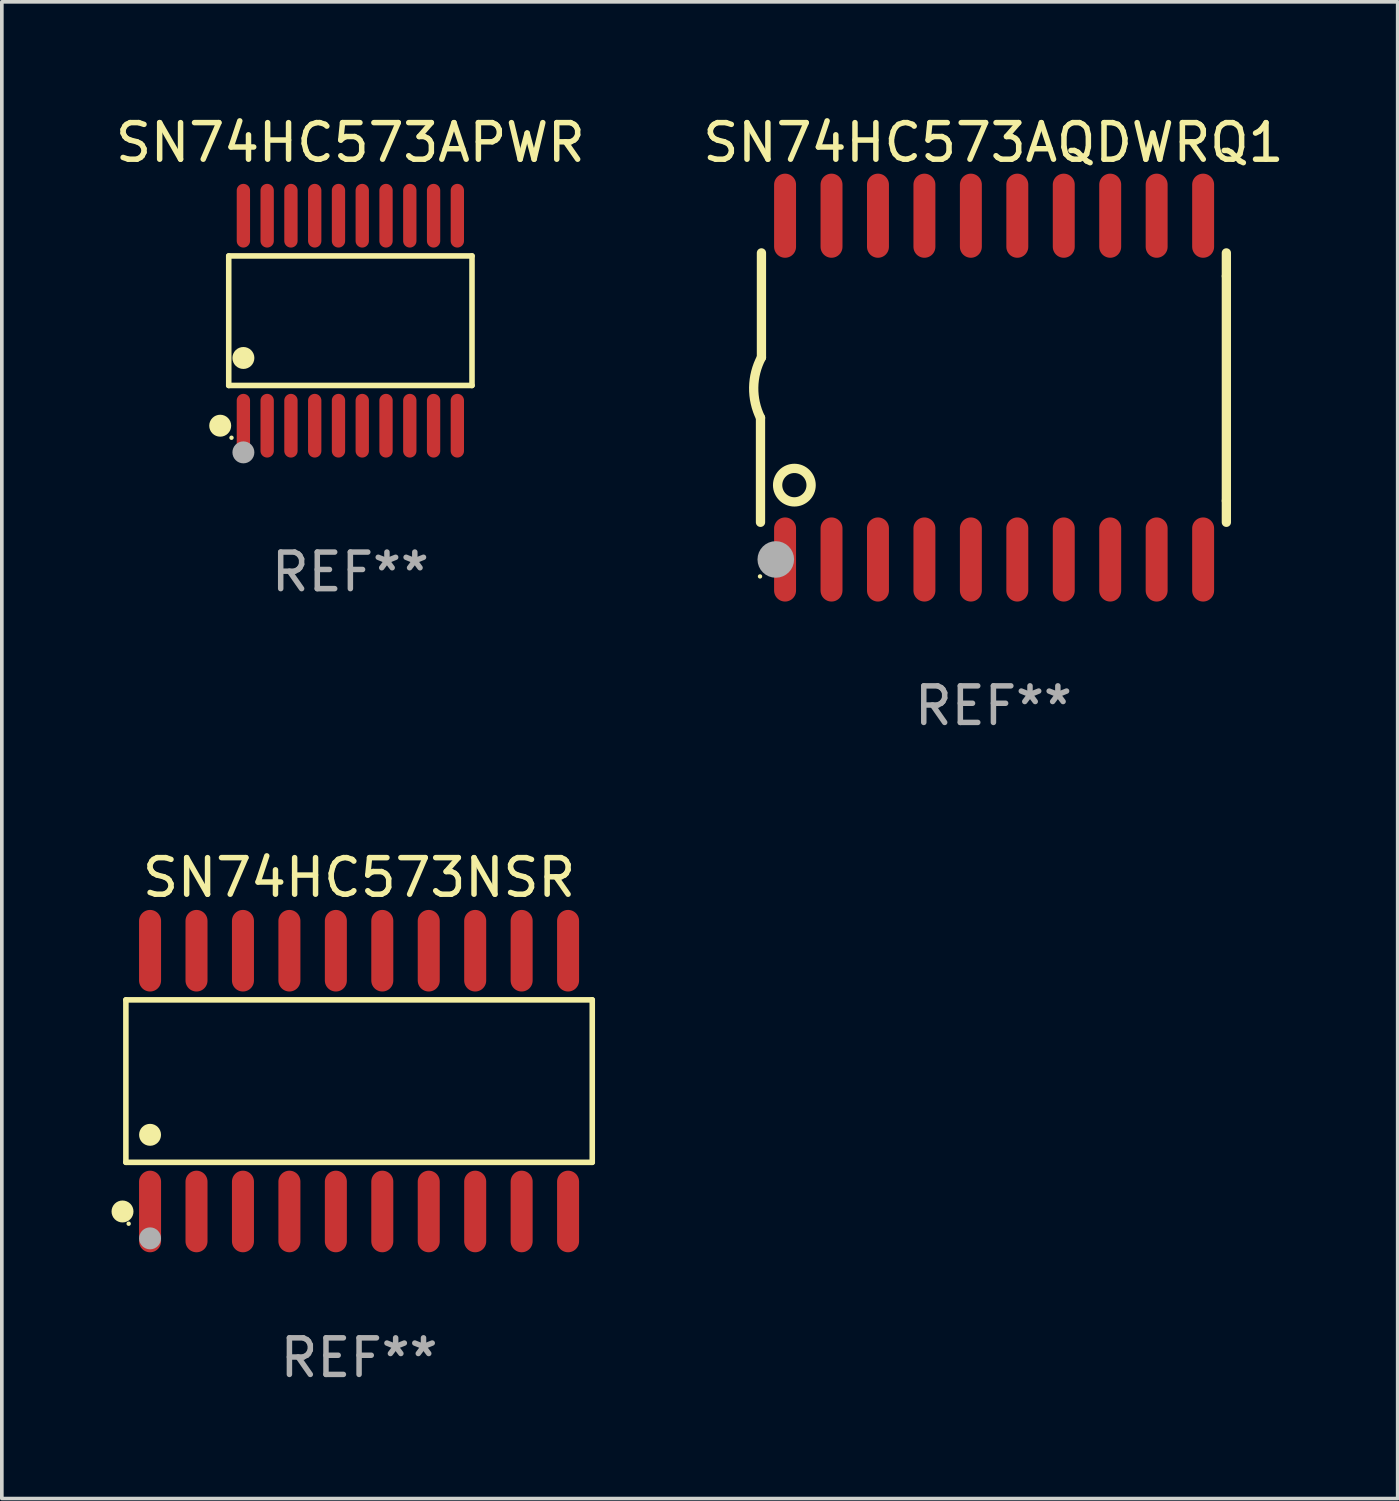
<source format=kicad_pcb>
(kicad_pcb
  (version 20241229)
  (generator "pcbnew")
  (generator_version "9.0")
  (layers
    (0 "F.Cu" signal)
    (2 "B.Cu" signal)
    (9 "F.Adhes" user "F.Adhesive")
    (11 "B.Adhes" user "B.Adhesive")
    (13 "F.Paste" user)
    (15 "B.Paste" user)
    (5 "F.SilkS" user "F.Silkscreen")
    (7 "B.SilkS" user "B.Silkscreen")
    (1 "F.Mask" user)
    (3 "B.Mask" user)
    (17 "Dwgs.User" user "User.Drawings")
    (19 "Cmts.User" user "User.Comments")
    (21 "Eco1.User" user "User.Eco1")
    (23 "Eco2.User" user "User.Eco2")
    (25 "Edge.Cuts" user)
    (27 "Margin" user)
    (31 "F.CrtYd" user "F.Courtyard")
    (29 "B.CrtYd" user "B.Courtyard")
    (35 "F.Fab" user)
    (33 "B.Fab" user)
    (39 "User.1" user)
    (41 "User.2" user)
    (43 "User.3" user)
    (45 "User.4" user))
  (footprint "SN74HC573AQDWRQ1"
    (layer "F.Cu")
    (at 24.113 7.548)
    (property "Reference" "SN74HC573AQDWRQ1" (at 0 -6.7 0) (layer "F.SilkS") (effects (font (size 1 1) (thickness 0.15))))
    (attr through_hole)
    (fp_line (start -6.369 0.826) (end -6.369 3.683) (stroke (width 0.254) (type solid)) (layer "F.SilkS"))
    (fp_line (start -6.343 -0.825) (end -6.343 -3.683) (stroke (width 0.254) (type solid)) (layer "F.SilkS"))
    (fp_line (start 6.369 -3.048) (end 6.369 -3.683) (stroke (width 0.254) (type solid)) (layer "F.SilkS"))
    (fp_line (start 6.369 -3.048) (end 6.369 3.096) (stroke (width 0.254) (type solid)) (layer "F.SilkS"))
    (fp_line (start 6.369 3.096) (end 6.369 3.683) (stroke (width 0.254) (type solid)) (layer "F.SilkS"))
    (fp_arc (start -6.36853 0.825552) (mid -6.554743 -0.00301) (end -6.343129 -0.825451) (stroke (width 0.254001) (type solid)) (layer "F.SilkS"))
    (fp_circle (center -6.382 5.163) (end -6.352 5.163) (stroke (width 0.06) (type solid)) (fill no) (layer "F.SilkS"))
    (fp_circle (center -5.443 2.667) (end -4.985 2.667) (stroke (width 0.254) (type solid)) (fill no) (layer "F.SilkS"))
    (fp_circle (center -5.951 4.699) (end -5.701 4.699) (stroke (width 0.5) (type solid)) (fill no) (layer "F.Fab"))
    (fp_text user "REF**" (at 0 8.7 0) (layer "F.Fab") (effects (font (size 1 1) (thickness 0.15))))
    (pad "1" smd oval (at -5.697 4.7 180) (size 0.6 2.3) (layers "F.Cu" "F.Mask" "F.Paste"))
    (pad "2" smd oval (at -4.427 4.7 180) (size 0.6 2.3) (layers "F.Cu" "F.Mask" "F.Paste"))
    (pad "3" smd oval (at -3.157 4.7 180) (size 0.6 2.3) (layers "F.Cu" "F.Mask" "F.Paste"))
    (pad "4" smd oval (at -1.887 4.7 180) (size 0.6 2.3) (layers "F.Cu" "F.Mask" "F.Paste"))
    (pad "5" smd oval (at -0.617 4.7 180) (size 0.6 2.3) (layers "F.Cu" "F.Mask" "F.Paste"))
    (pad "6" smd oval (at 0.653 4.7 180) (size 0.6 2.3) (layers "F.Cu" "F.Mask" "F.Paste"))
    (pad "7" smd oval (at 1.923 4.7 180) (size 0.6 2.3) (layers "F.Cu" "F.Mask" "F.Paste"))
    (pad "8" smd oval (at 3.193 4.7 180) (size 0.6 2.3) (layers "F.Cu" "F.Mask" "F.Paste"))
    (pad "9" smd oval (at 4.463 4.7 180) (size 0.6 2.3) (layers "F.Cu" "F.Mask" "F.Paste"))
    (pad "10" smd oval (at 5.734 4.7 180) (size 0.6 2.3) (layers "F.Cu" "F.Mask" "F.Paste"))
    (pad "11" smd oval (at 5.734 -4.7 180) (size 0.6 2.3) (layers "F.Cu" "F.Mask" "F.Paste"))
    (pad "12" smd oval (at 4.463 -4.7 180) (size 0.6 2.3) (layers "F.Cu" "F.Mask" "F.Paste"))
    (pad "13" smd oval (at 3.193 -4.7 180) (size 0.6 2.3) (layers "F.Cu" "F.Mask" "F.Paste"))
    (pad "14" smd oval (at 1.923 -4.7 180) (size 0.6 2.3) (layers "F.Cu" "F.Mask" "F.Paste"))
    (pad "15" smd oval (at 0.653 -4.7 180) (size 0.6 2.3) (layers "F.Cu" "F.Mask" "F.Paste"))
    (pad "16" smd oval (at -0.617 -4.7 180) (size 0.6 2.3) (layers "F.Cu" "F.Mask" "F.Paste"))
    (pad "17" smd oval (at -1.887 -4.7 180) (size 0.6 2.3) (layers "F.Cu" "F.Mask" "F.Paste"))
    (pad "18" smd oval (at -3.157 -4.7 180) (size 0.6 2.3) (layers "F.Cu" "F.Mask" "F.Paste"))
    (pad "19" smd oval (at -4.427 -4.7 180) (size 0.6 2.3) (layers "F.Cu" "F.Mask" "F.Paste"))
    (pad "20" smd oval (at -5.697 -4.7 180) (size 0.6 2.3) (layers "F.Cu" "F.Mask" "F.Paste")))
  (footprint "SN74HC573NSR"
    (layer "F.Cu")
    (at 6.768 26.51)
    (property "Reference" "SN74HC573NSR" (at 0 -5.565 0) (layer "F.SilkS") (effects (font (size 1 1) (thickness 0.15))))
    (attr through_hole)
    (fp_line (start -6.376 -2.221) (end 6.376 -2.221) (stroke (width 0.152) (type solid)) (layer "F.SilkS"))
    (fp_line (start -6.376 2.221) (end -6.376 -2.221) (stroke (width 0.152) (type solid)) (layer "F.SilkS"))
    (fp_line (start 6.376 -2.221) (end 6.376 2.221) (stroke (width 0.152) (type solid)) (layer "F.SilkS"))
    (fp_line (start 6.376 2.221) (end -6.376 2.221) (stroke (width 0.152) (type solid)) (layer "F.SilkS"))
    (fp_circle (center -6.468 3.565) (end -6.318 3.565) (stroke (width 0.3) (type solid)) (fill no) (layer "F.SilkS"))
    (fp_circle (center -6.3 3.9) (end -6.27 3.9) (stroke (width 0.06) (type solid)) (fill no) (layer "F.SilkS"))
    (fp_circle (center -5.715 1.469) (end -5.565 1.469) (stroke (width 0.3) (type solid)) (fill no) (layer "F.SilkS"))
    (fp_circle (center -5.715 4.3) (end -5.565 4.3) (stroke (width 0.3) (type solid)) (fill no) (layer "F.Fab"))
    (fp_text user "REF**" (at 0 7.565 0) (layer "F.Fab") (effects (font (size 1 1) (thickness 0.15))))
    (pad "1" smd oval (at -5.715 3.565) (size 0.602 2.231) (layers "F.Cu" "F.Mask" "F.Paste"))
    (pad "2" smd oval (at -4.445 3.565) (size 0.602 2.231) (layers "F.Cu" "F.Mask" "F.Paste"))
    (pad "3" smd oval (at -3.175 3.565) (size 0.602 2.231) (layers "F.Cu" "F.Mask" "F.Paste"))
    (pad "4" smd oval (at -1.905 3.565) (size 0.602 2.231) (layers "F.Cu" "F.Mask" "F.Paste"))
    (pad "5" smd oval (at -0.635 3.565) (size 0.602 2.231) (layers "F.Cu" "F.Mask" "F.Paste"))
    (pad "6" smd oval (at 0.635 3.565) (size 0.602 2.231) (layers "F.Cu" "F.Mask" "F.Paste"))
    (pad "7" smd oval (at 1.905 3.565) (size 0.602 2.231) (layers "F.Cu" "F.Mask" "F.Paste"))
    (pad "8" smd oval (at 3.175 3.565) (size 0.602 2.231) (layers "F.Cu" "F.Mask" "F.Paste"))
    (pad "9" smd oval (at 4.445 3.565) (size 0.602 2.231) (layers "F.Cu" "F.Mask" "F.Paste"))
    (pad "10" smd oval (at 5.715 3.565) (size 0.602 2.231) (layers "F.Cu" "F.Mask" "F.Paste"))
    (pad "11" smd oval (at 5.715 -3.565) (size 0.602 2.231) (layers "F.Cu" "F.Mask" "F.Paste"))
    (pad "12" smd oval (at 4.445 -3.565) (size 0.602 2.231) (layers "F.Cu" "F.Mask" "F.Paste"))
    (pad "13" smd oval (at 3.175 -3.565) (size 0.602 2.231) (layers "F.Cu" "F.Mask" "F.Paste"))
    (pad "14" smd oval (at 1.905 -3.565) (size 0.602 2.231) (layers "F.Cu" "F.Mask" "F.Paste"))
    (pad "15" smd oval (at 0.635 -3.565) (size 0.602 2.231) (layers "F.Cu" "F.Mask" "F.Paste"))
    (pad "16" smd oval (at -0.635 -3.565) (size 0.602 2.231) (layers "F.Cu" "F.Mask" "F.Paste"))
    (pad "17" smd oval (at -1.905 -3.565) (size 0.602 2.231) (layers "F.Cu" "F.Mask" "F.Paste"))
    (pad "18" smd oval (at -3.175 -3.565) (size 0.602 2.231) (layers "F.Cu" "F.Mask" "F.Paste"))
    (pad "19" smd oval (at -4.445 -3.565) (size 0.602 2.231) (layers "F.Cu" "F.Mask" "F.Paste"))
    (pad "20" smd oval (at -5.715 -3.565) (size 0.602 2.231) (layers "F.Cu" "F.Mask" "F.Paste")))
  (footprint "SN74HC573APWR"
    (layer "F.Cu")
    (at 6.53 5.719)
    (property "Reference" "SN74HC573APWR" (at 0 -4.871 0) (layer "F.SilkS") (effects (font (size 1 1) (thickness 0.15))))
    (attr through_hole)
    (fp_line (start -3.326 -1.771) (end 3.326 -1.771) (stroke (width 0.152) (type solid)) (layer "F.SilkS"))
    (fp_line (start -3.326 1.771) (end -3.326 -1.771) (stroke (width 0.152) (type solid)) (layer "F.SilkS"))
    (fp_line (start 3.326 -1.771) (end 3.326 1.771) (stroke (width 0.152) (type solid)) (layer "F.SilkS"))
    (fp_line (start 3.326 1.771) (end -3.326 1.771) (stroke (width 0.152) (type solid)) (layer "F.SilkS"))
    (fp_circle (center -3.559 2.871) (end -3.409 2.871) (stroke (width 0.3) (type solid)) (fill no) (layer "F.SilkS"))
    (fp_circle (center -3.25 3.2) (end -3.22 3.2) (stroke (width 0.06) (type solid)) (fill no) (layer "F.SilkS"))
    (fp_circle (center -2.925 1.019) (end -2.775 1.019) (stroke (width 0.3) (type solid)) (fill no) (layer "F.SilkS"))
    (fp_circle (center -2.925 3.6) (end -2.775 3.6) (stroke (width 0.3) (type solid)) (fill no) (layer "F.Fab"))
    (fp_text user "REF**" (at 0 6.871 0) (layer "F.Fab") (effects (font (size 1 1) (thickness 0.15))))
    (pad "1" smd oval (at -2.925 2.871) (size 0.364 1.742) (layers "F.Cu" "F.Mask" "F.Paste"))
    (pad "2" smd oval (at -2.275 2.871) (size 0.364 1.742) (layers "F.Cu" "F.Mask" "F.Paste"))
    (pad "3" smd oval (at -1.625 2.871) (size 0.364 1.742) (layers "F.Cu" "F.Mask" "F.Paste"))
    (pad "4" smd oval (at -0.975 2.871) (size 0.364 1.742) (layers "F.Cu" "F.Mask" "F.Paste"))
    (pad "5" smd oval (at -0.325 2.871) (size 0.364 1.742) (layers "F.Cu" "F.Mask" "F.Paste"))
    (pad "6" smd oval (at 0.325 2.871) (size 0.364 1.742) (layers "F.Cu" "F.Mask" "F.Paste"))
    (pad "7" smd oval (at 0.975 2.871) (size 0.364 1.742) (layers "F.Cu" "F.Mask" "F.Paste"))
    (pad "8" smd oval (at 1.625 2.871) (size 0.364 1.742) (layers "F.Cu" "F.Mask" "F.Paste"))
    (pad "9" smd oval (at 2.275 2.871) (size 0.364 1.742) (layers "F.Cu" "F.Mask" "F.Paste"))
    (pad "10" smd oval (at 2.925 2.871) (size 0.364 1.742) (layers "F.Cu" "F.Mask" "F.Paste"))
    (pad "11" smd oval (at 2.925 -2.871) (size 0.364 1.742) (layers "F.Cu" "F.Mask" "F.Paste"))
    (pad "12" smd oval (at 2.275 -2.871) (size 0.364 1.742) (layers "F.Cu" "F.Mask" "F.Paste"))
    (pad "13" smd oval (at 1.625 -2.871) (size 0.364 1.742) (layers "F.Cu" "F.Mask" "F.Paste"))
    (pad "14" smd oval (at 0.975 -2.871) (size 0.364 1.742) (layers "F.Cu" "F.Mask" "F.Paste"))
    (pad "15" smd oval (at 0.325 -2.871) (size 0.364 1.742) (layers "F.Cu" "F.Mask" "F.Paste"))
    (pad "16" smd oval (at -0.325 -2.871) (size 0.364 1.742) (layers "F.Cu" "F.Mask" "F.Paste"))
    (pad "17" smd oval (at -0.975 -2.871) (size 0.364 1.742) (layers "F.Cu" "F.Mask" "F.Paste"))
    (pad "18" smd oval (at -1.625 -2.871) (size 0.364 1.742) (layers "F.Cu" "F.Mask" "F.Paste"))
    (pad "19" smd oval (at -2.275 -2.871) (size 0.364 1.742) (layers "F.Cu" "F.Mask" "F.Paste"))
    (pad "20" smd oval (at -2.925 -2.871) (size 0.364 1.742) (layers "F.Cu" "F.Mask" "F.Paste")))
  (gr_rect
    (start -3 -3)
    (end 35.167 37.924)
    (stroke (width 0.1) (type default))
    (fill no)
    (layer "Edge.Cuts")))
</source>
